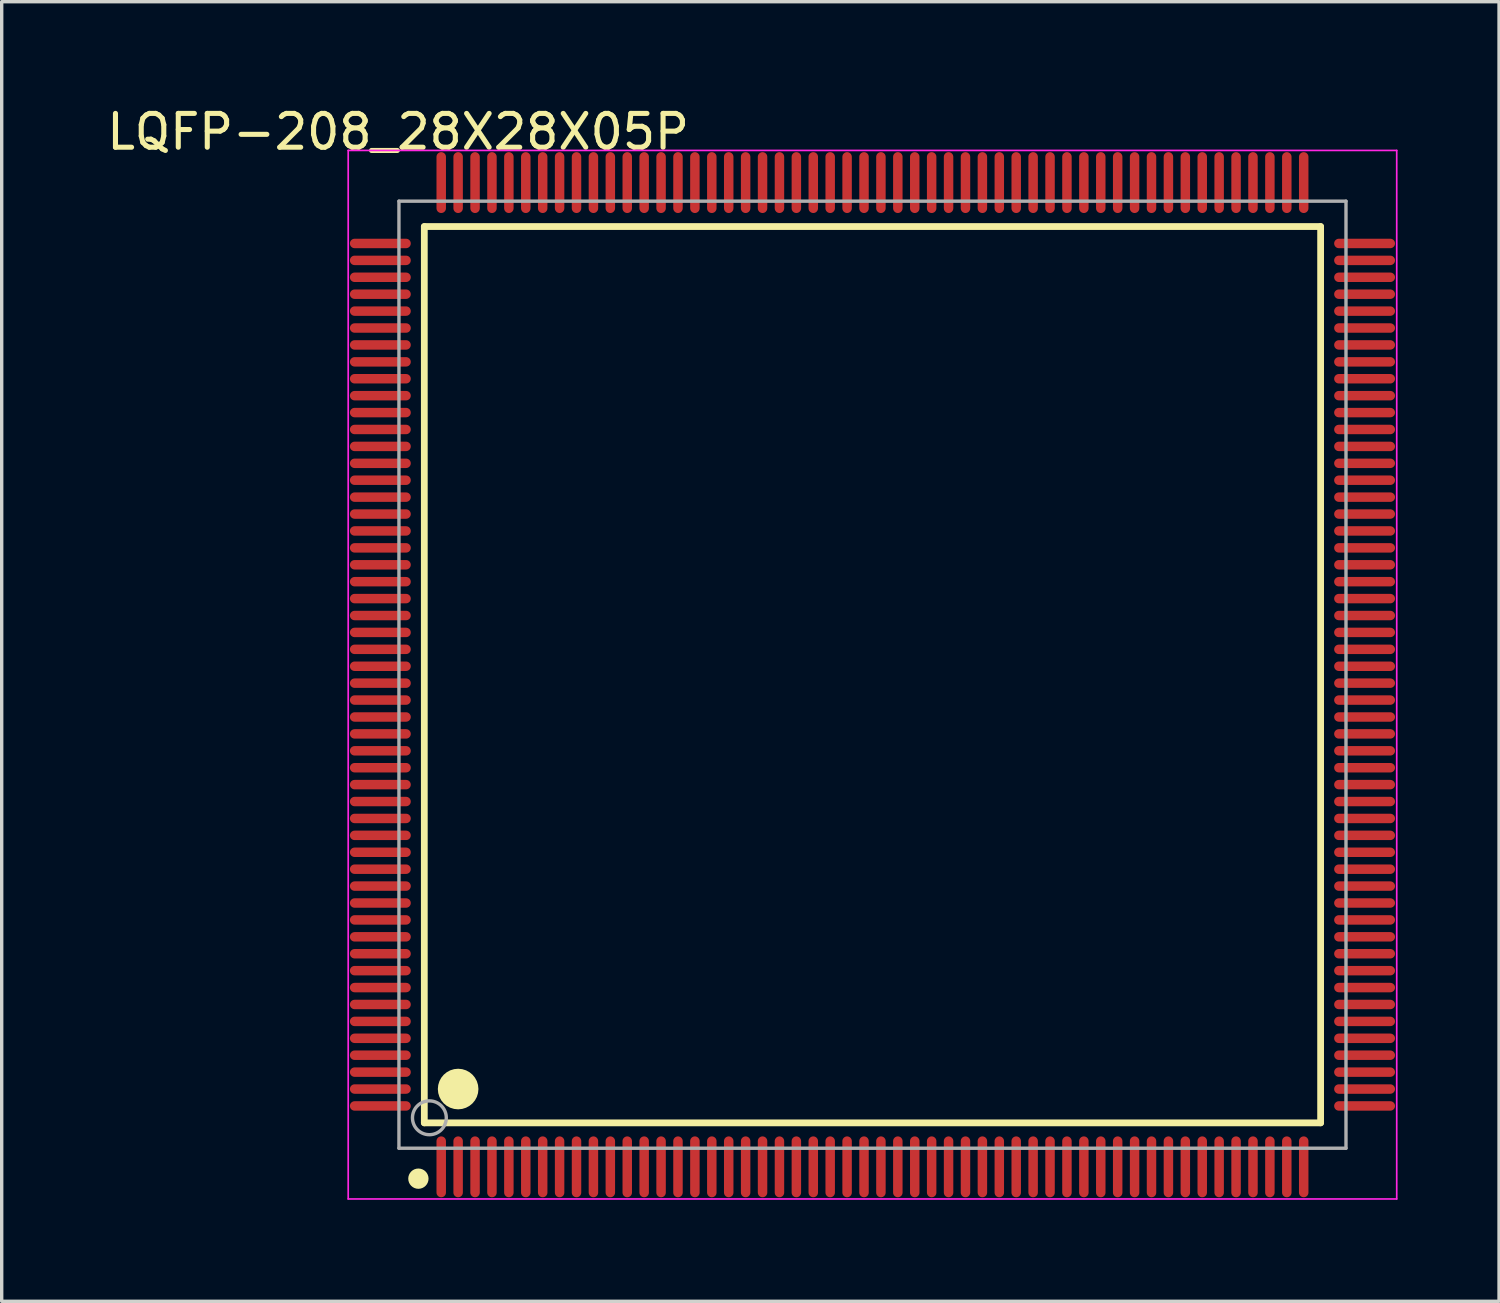
<source format=kicad_pcb>
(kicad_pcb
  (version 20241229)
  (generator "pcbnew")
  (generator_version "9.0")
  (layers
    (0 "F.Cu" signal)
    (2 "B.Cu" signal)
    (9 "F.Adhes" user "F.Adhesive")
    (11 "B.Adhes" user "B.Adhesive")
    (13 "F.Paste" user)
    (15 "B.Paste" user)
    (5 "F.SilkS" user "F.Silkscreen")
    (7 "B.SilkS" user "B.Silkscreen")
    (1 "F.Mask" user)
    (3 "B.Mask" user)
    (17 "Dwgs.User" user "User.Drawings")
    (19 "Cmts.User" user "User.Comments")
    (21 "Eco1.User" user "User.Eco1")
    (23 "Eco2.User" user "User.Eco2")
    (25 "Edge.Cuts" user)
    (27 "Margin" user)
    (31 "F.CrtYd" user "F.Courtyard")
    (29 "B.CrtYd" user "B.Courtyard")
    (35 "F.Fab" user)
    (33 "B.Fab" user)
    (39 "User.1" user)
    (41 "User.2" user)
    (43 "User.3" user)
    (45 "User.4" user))
  (footprint "LQFP-208_28X28X05P"
    (layer "F.Cu")
    (at 22.745 16.898)
    (property "Reference" "LQFP-208_28X28X05P" (at -14.024 -16.05 0) (layer "F.SilkS") (effects (font (size 1 1) (thickness 0.15))))
    (attr through_hole)
    (fp_line (start -13.25 -13.25) (end 13.25 -13.25) (stroke (width 0.2) (type solid)) (layer "F.SilkS"))
    (fp_line (start -13.25 13.25) (end -13.25 -13.25) (stroke (width 0.2) (type solid)) (layer "F.SilkS"))
    (fp_line (start -13.25 13.25) (end 13.25 13.25) (stroke (width 0.2) (type solid)) (layer "F.SilkS"))
    (fp_line (start 13.25 13.25) (end 13.25 -13.25) (stroke (width 0.2) (type solid)) (layer "F.SilkS"))
    (fp_circle (center -13.425 14.9) (end -13.275 14.9) (stroke (width 0.3) (type solid)) (fill no) (layer "F.SilkS"))
    (fp_circle (center -12.25 12.25) (end -11.95 12.25) (stroke (width 0.6) (type solid)) (fill no) (layer "F.SilkS"))
    (fp_line (start -15.5 -15.5) (end 15.5 -15.5) (stroke (width 0.05) (type solid)) (layer "F.CrtYd"))
    (fp_line (start -15.5 15.5) (end -15.5 -15.5) (stroke (width 0.05) (type solid)) (layer "F.CrtYd"))
    (fp_line (start 15.5 -15.5) (end 15.5 15.5) (stroke (width 0.05) (type solid)) (layer "F.CrtYd"))
    (fp_line (start 15.5 15.5) (end -15.5 15.5) (stroke (width 0.05) (type solid)) (layer "F.CrtYd"))
    (fp_line (start -14 -14) (end 14 -14) (stroke (width 0.1) (type solid)) (layer "F.Fab"))
    (fp_line (start -14 14) (end -14 -14) (stroke (width 0.1) (type solid)) (layer "F.Fab"))
    (fp_line (start -14 14) (end 14 14) (stroke (width 0.1) (type solid)) (layer "F.Fab"))
    (fp_line (start 14 14) (end 14 -14) (stroke (width 0.1) (type solid)) (layer "F.Fab"))
    (fp_circle (center -13.1 13.1) (end -12.6 13.1) (stroke (width 0.1) (type solid)) (fill no) (layer "F.Fab"))
    (pad "1" smd oval (at -12.75 14.55 180) (size 0.28 1.8) (layers "F.Cu" "F.Mask" "F.Paste"))
    (pad "2" smd oval (at -12.25 14.55 180) (size 0.28 1.8) (layers "F.Cu" "F.Mask" "F.Paste"))
    (pad "3" smd oval (at -11.75 14.55 180) (size 0.28 1.8) (layers "F.Cu" "F.Mask" "F.Paste"))
    (pad "4" smd oval (at -11.25 14.55 180) (size 0.28 1.8) (layers "F.Cu" "F.Mask" "F.Paste"))
    (pad "5" smd oval (at -10.75 14.55 180) (size 0.28 1.8) (layers "F.Cu" "F.Mask" "F.Paste"))
    (pad "6" smd oval (at -10.25 14.55 180) (size 0.28 1.8) (layers "F.Cu" "F.Mask" "F.Paste"))
    (pad "7" smd oval (at -9.75 14.55 180) (size 0.28 1.8) (layers "F.Cu" "F.Mask" "F.Paste"))
    (pad "8" smd oval (at -9.25 14.55 180) (size 0.28 1.8) (layers "F.Cu" "F.Mask" "F.Paste"))
    (pad "9" smd oval (at -8.75 14.55 180) (size 0.28 1.8) (layers "F.Cu" "F.Mask" "F.Paste"))
    (pad "10" smd oval (at -8.25 14.55 180) (size 0.28 1.8) (layers "F.Cu" "F.Mask" "F.Paste"))
    (pad "11" smd oval (at -7.75 14.55 180) (size 0.28 1.8) (layers "F.Cu" "F.Mask" "F.Paste"))
    (pad "12" smd oval (at -7.25 14.55 180) (size 0.28 1.8) (layers "F.Cu" "F.Mask" "F.Paste"))
    (pad "13" smd oval (at -6.75 14.55 180) (size 0.28 1.8) (layers "F.Cu" "F.Mask" "F.Paste"))
    (pad "14" smd oval (at -6.25 14.55 180) (size 0.28 1.8) (layers "F.Cu" "F.Mask" "F.Paste"))
    (pad "15" smd oval (at -5.75 14.55 180) (size 0.28 1.8) (layers "F.Cu" "F.Mask" "F.Paste"))
    (pad "16" smd oval (at -5.25 14.55 180) (size 0.28 1.8) (layers "F.Cu" "F.Mask" "F.Paste"))
    (pad "17" smd oval (at -4.75 14.55 180) (size 0.28 1.8) (layers "F.Cu" "F.Mask" "F.Paste"))
    (pad "18" smd oval (at -4.25 14.55 180) (size 0.28 1.8) (layers "F.Cu" "F.Mask" "F.Paste"))
    (pad "19" smd oval (at -3.75 14.55 180) (size 0.28 1.8) (layers "F.Cu" "F.Mask" "F.Paste"))
    (pad "20" smd oval (at -3.25 14.55 180) (size 0.28 1.8) (layers "F.Cu" "F.Mask" "F.Paste"))
    (pad "21" smd oval (at -2.75 14.55 180) (size 0.28 1.8) (layers "F.Cu" "F.Mask" "F.Paste"))
    (pad "22" smd oval (at -2.25 14.55 180) (size 0.28 1.8) (layers "F.Cu" "F.Mask" "F.Paste"))
    (pad "23" smd oval (at -1.75 14.55 180) (size 0.28 1.8) (layers "F.Cu" "F.Mask" "F.Paste"))
    (pad "24" smd oval (at -1.25 14.55 180) (size 0.28 1.8) (layers "F.Cu" "F.Mask" "F.Paste"))
    (pad "25" smd oval (at -0.75 14.55 180) (size 0.28 1.8) (layers "F.Cu" "F.Mask" "F.Paste"))
    (pad "26" smd oval (at -0.25 14.55 180) (size 0.28 1.8) (layers "F.Cu" "F.Mask" "F.Paste"))
    (pad "27" smd oval (at 0.25 14.55 180) (size 0.28 1.8) (layers "F.Cu" "F.Mask" "F.Paste"))
    (pad "28" smd oval (at 0.75 14.55 180) (size 0.28 1.8) (layers "F.Cu" "F.Mask" "F.Paste"))
    (pad "29" smd oval (at 1.25 14.55 180) (size 0.28 1.8) (layers "F.Cu" "F.Mask" "F.Paste"))
    (pad "30" smd oval (at 1.75 14.55 180) (size 0.28 1.8) (layers "F.Cu" "F.Mask" "F.Paste"))
    (pad "31" smd oval (at 2.25 14.55 180) (size 0.28 1.8) (layers "F.Cu" "F.Mask" "F.Paste"))
    (pad "32" smd oval (at 2.75 14.55 180) (size 0.28 1.8) (layers "F.Cu" "F.Mask" "F.Paste"))
    (pad "33" smd oval (at 3.25 14.55 180) (size 0.28 1.8) (layers "F.Cu" "F.Mask" "F.Paste"))
    (pad "34" smd oval (at 3.75 14.55 180) (size 0.28 1.8) (layers "F.Cu" "F.Mask" "F.Paste"))
    (pad "35" smd oval (at 4.25 14.55 180) (size 0.28 1.8) (layers "F.Cu" "F.Mask" "F.Paste"))
    (pad "36" smd oval (at 4.75 14.55 180) (size 0.28 1.8) (layers "F.Cu" "F.Mask" "F.Paste"))
    (pad "37" smd oval (at 5.25 14.55 180) (size 0.28 1.8) (layers "F.Cu" "F.Mask" "F.Paste"))
    (pad "38" smd oval (at 5.75 14.55 180) (size 0.28 1.8) (layers "F.Cu" "F.Mask" "F.Paste"))
    (pad "39" smd oval (at 6.25 14.55 180) (size 0.28 1.8) (layers "F.Cu" "F.Mask" "F.Paste"))
    (pad "40" smd oval (at 6.75 14.55 180) (size 0.28 1.8) (layers "F.Cu" "F.Mask" "F.Paste"))
    (pad "41" smd oval (at 7.25 14.55 180) (size 0.28 1.8) (layers "F.Cu" "F.Mask" "F.Paste"))
    (pad "42" smd oval (at 7.75 14.55 180) (size 0.28 1.8) (layers "F.Cu" "F.Mask" "F.Paste"))
    (pad "43" smd oval (at 8.25 14.55 180) (size 0.28 1.8) (layers "F.Cu" "F.Mask" "F.Paste"))
    (pad "44" smd oval (at 8.75 14.55 180) (size 0.28 1.8) (layers "F.Cu" "F.Mask" "F.Paste"))
    (pad "45" smd oval (at 9.25 14.55 180) (size 0.28 1.8) (layers "F.Cu" "F.Mask" "F.Paste"))
    (pad "46" smd oval (at 9.75 14.55 180) (size 0.28 1.8) (layers "F.Cu" "F.Mask" "F.Paste"))
    (pad "47" smd oval (at 10.25 14.55 180) (size 0.28 1.8) (layers "F.Cu" "F.Mask" "F.Paste"))
    (pad "48" smd oval (at 10.75 14.55 180) (size 0.28 1.8) (layers "F.Cu" "F.Mask" "F.Paste"))
    (pad "49" smd oval (at 11.25 14.55 180) (size 0.28 1.8) (layers "F.Cu" "F.Mask" "F.Paste"))
    (pad "50" smd oval (at 11.75 14.55 180) (size 0.28 1.8) (layers "F.Cu" "F.Mask" "F.Paste"))
    (pad "51" smd oval (at 12.25 14.55 180) (size 0.28 1.8) (layers "F.Cu" "F.Mask" "F.Paste"))
    (pad "52" smd oval (at 12.75 14.55 180) (size 0.28 1.8) (layers "F.Cu" "F.Mask" "F.Paste"))
    (pad "53" smd oval (at 14.55 12.75 90) (size 0.28 1.8) (layers "F.Cu" "F.Mask" "F.Paste"))
    (pad "54" smd oval (at 14.55 12.25 90) (size 0.28 1.8) (layers "F.Cu" "F.Mask" "F.Paste"))
    (pad "55" smd oval (at 14.55 11.75 90) (size 0.28 1.8) (layers "F.Cu" "F.Mask" "F.Paste"))
    (pad "56" smd oval (at 14.55 11.25 90) (size 0.28 1.8) (layers "F.Cu" "F.Mask" "F.Paste"))
    (pad "57" smd oval (at 14.55 10.75 90) (size 0.28 1.8) (layers "F.Cu" "F.Mask" "F.Paste"))
    (pad "58" smd oval (at 14.55 10.25 90) (size 0.28 1.8) (layers "F.Cu" "F.Mask" "F.Paste"))
    (pad "59" smd oval (at 14.55 9.75 90) (size 0.28 1.8) (layers "F.Cu" "F.Mask" "F.Paste"))
    (pad "60" smd oval (at 14.55 9.25 90) (size 0.28 1.8) (layers "F.Cu" "F.Mask" "F.Paste"))
    (pad "61" smd oval (at 14.55 8.75 90) (size 0.28 1.8) (layers "F.Cu" "F.Mask" "F.Paste"))
    (pad "62" smd oval (at 14.55 8.25 90) (size 0.28 1.8) (layers "F.Cu" "F.Mask" "F.Paste"))
    (pad "63" smd oval (at 14.55 7.75 90) (size 0.28 1.8) (layers "F.Cu" "F.Mask" "F.Paste"))
    (pad "64" smd oval (at 14.55 7.25 90) (size 0.28 1.8) (layers "F.Cu" "F.Mask" "F.Paste"))
    (pad "65" smd oval (at 14.55 6.75 90) (size 0.28 1.8) (layers "F.Cu" "F.Mask" "F.Paste"))
    (pad "66" smd oval (at 14.55 6.25 90) (size 0.28 1.8) (layers "F.Cu" "F.Mask" "F.Paste"))
    (pad "67" smd oval (at 14.55 5.75 90) (size 0.28 1.8) (layers "F.Cu" "F.Mask" "F.Paste"))
    (pad "68" smd oval (at 14.55 5.25 90) (size 0.28 1.8) (layers "F.Cu" "F.Mask" "F.Paste"))
    (pad "69" smd oval (at 14.55 4.75 90) (size 0.28 1.8) (layers "F.Cu" "F.Mask" "F.Paste"))
    (pad "70" smd oval (at 14.55 4.25 90) (size 0.28 1.8) (layers "F.Cu" "F.Mask" "F.Paste"))
    (pad "71" smd oval (at 14.55 3.75 90) (size 0.28 1.8) (layers "F.Cu" "F.Mask" "F.Paste"))
    (pad "72" smd oval (at 14.55 3.25 90) (size 0.28 1.8) (layers "F.Cu" "F.Mask" "F.Paste"))
    (pad "73" smd oval (at 14.55 2.75 90) (size 0.28 1.8) (layers "F.Cu" "F.Mask" "F.Paste"))
    (pad "74" smd oval (at 14.55 2.25 90) (size 0.28 1.8) (layers "F.Cu" "F.Mask" "F.Paste"))
    (pad "75" smd oval (at 14.55 1.75 90) (size 0.28 1.8) (layers "F.Cu" "F.Mask" "F.Paste"))
    (pad "76" smd oval (at 14.55 1.25 90) (size 0.28 1.8) (layers "F.Cu" "F.Mask" "F.Paste"))
    (pad "77" smd oval (at 14.55 0.75 90) (size 0.28 1.8) (layers "F.Cu" "F.Mask" "F.Paste"))
    (pad "78" smd oval (at 14.55 0.25 90) (size 0.28 1.8) (layers "F.Cu" "F.Mask" "F.Paste"))
    (pad "79" smd oval (at 14.55 -0.25 90) (size 0.28 1.8) (layers "F.Cu" "F.Mask" "F.Paste"))
    (pad "80" smd oval (at 14.55 -0.75 90) (size 0.28 1.8) (layers "F.Cu" "F.Mask" "F.Paste"))
    (pad "81" smd oval (at 14.55 -1.25 90) (size 0.28 1.8) (layers "F.Cu" "F.Mask" "F.Paste"))
    (pad "82" smd oval (at 14.55 -1.75 90) (size 0.28 1.8) (layers "F.Cu" "F.Mask" "F.Paste"))
    (pad "83" smd oval (at 14.55 -2.25 90) (size 0.28 1.8) (layers "F.Cu" "F.Mask" "F.Paste"))
    (pad "84" smd oval (at 14.55 -2.75 90) (size 0.28 1.8) (layers "F.Cu" "F.Mask" "F.Paste"))
    (pad "85" smd oval (at 14.55 -3.25 90) (size 0.28 1.8) (layers "F.Cu" "F.Mask" "F.Paste"))
    (pad "86" smd oval (at 14.55 -3.75 90) (size 0.28 1.8) (layers "F.Cu" "F.Mask" "F.Paste"))
    (pad "87" smd oval (at 14.55 -4.25 90) (size 0.28 1.8) (layers "F.Cu" "F.Mask" "F.Paste"))
    (pad "88" smd oval (at 14.55 -4.75 90) (size 0.28 1.8) (layers "F.Cu" "F.Mask" "F.Paste"))
    (pad "89" smd oval (at 14.55 -5.25 90) (size 0.28 1.8) (layers "F.Cu" "F.Mask" "F.Paste"))
    (pad "90" smd oval (at 14.55 -5.75 90) (size 0.28 1.8) (layers "F.Cu" "F.Mask" "F.Paste"))
    (pad "91" smd oval (at 14.55 -6.25 90) (size 0.28 1.8) (layers "F.Cu" "F.Mask" "F.Paste"))
    (pad "92" smd oval (at 14.55 -6.75 90) (size 0.28 1.8) (layers "F.Cu" "F.Mask" "F.Paste"))
    (pad "93" smd oval (at 14.55 -7.25 90) (size 0.28 1.8) (layers "F.Cu" "F.Mask" "F.Paste"))
    (pad "94" smd oval (at 14.55 -7.75 90) (size 0.28 1.8) (layers "F.Cu" "F.Mask" "F.Paste"))
    (pad "95" smd oval (at 14.55 -8.25 90) (size 0.28 1.8) (layers "F.Cu" "F.Mask" "F.Paste"))
    (pad "96" smd oval (at 14.55 -8.75 90) (size 0.28 1.8) (layers "F.Cu" "F.Mask" "F.Paste"))
    (pad "97" smd oval (at 14.55 -9.25 90) (size 0.28 1.8) (layers "F.Cu" "F.Mask" "F.Paste"))
    (pad "98" smd oval (at 14.55 -9.75 90) (size 0.28 1.8) (layers "F.Cu" "F.Mask" "F.Paste"))
    (pad "99" smd oval (at 14.55 -10.25 90) (size 0.28 1.8) (layers "F.Cu" "F.Mask" "F.Paste"))
    (pad "100" smd oval (at 14.55 -10.75 90) (size 0.28 1.8) (layers "F.Cu" "F.Mask" "F.Paste"))
    (pad "101" smd oval (at 14.55 -11.25 90) (size 0.28 1.8) (layers "F.Cu" "F.Mask" "F.Paste"))
    (pad "102" smd oval (at 14.55 -11.75 90) (size 0.28 1.8) (layers "F.Cu" "F.Mask" "F.Paste"))
    (pad "103" smd oval (at 14.55 -12.25 90) (size 0.28 1.8) (layers "F.Cu" "F.Mask" "F.Paste"))
    (pad "104" smd oval (at 14.55 -12.75 90) (size 0.28 1.8) (layers "F.Cu" "F.Mask" "F.Paste"))
    (pad "105" smd oval (at 12.75 -14.55 180) (size 0.28 1.8) (layers "F.Cu" "F.Mask" "F.Paste"))
    (pad "106" smd oval (at 12.25 -14.55 180) (size 0.28 1.8) (layers "F.Cu" "F.Mask" "F.Paste"))
    (pad "107" smd oval (at 11.75 -14.55 180) (size 0.28 1.8) (layers "F.Cu" "F.Mask" "F.Paste"))
    (pad "108" smd oval (at 11.25 -14.55 180) (size 0.28 1.8) (layers "F.Cu" "F.Mask" "F.Paste"))
    (pad "109" smd oval (at 10.75 -14.55 180) (size 0.28 1.8) (layers "F.Cu" "F.Mask" "F.Paste"))
    (pad "110" smd oval (at 10.25 -14.55 180) (size 0.28 1.8) (layers "F.Cu" "F.Mask" "F.Paste"))
    (pad "111" smd oval (at 9.75 -14.55 180) (size 0.28 1.8) (layers "F.Cu" "F.Mask" "F.Paste"))
    (pad "112" smd oval (at 9.25 -14.55 180) (size 0.28 1.8) (layers "F.Cu" "F.Mask" "F.Paste"))
    (pad "113" smd oval (at 8.75 -14.55 180) (size 0.28 1.8) (layers "F.Cu" "F.Mask" "F.Paste"))
    (pad "114" smd oval (at 8.25 -14.55 180) (size 0.28 1.8) (layers "F.Cu" "F.Mask" "F.Paste"))
    (pad "115" smd oval (at 7.75 -14.55 180) (size 0.28 1.8) (layers "F.Cu" "F.Mask" "F.Paste"))
    (pad "116" smd oval (at 7.25 -14.55 180) (size 0.28 1.8) (layers "F.Cu" "F.Mask" "F.Paste"))
    (pad "117" smd oval (at 6.75 -14.55 180) (size 0.28 1.8) (layers "F.Cu" "F.Mask" "F.Paste"))
    (pad "118" smd oval (at 6.25 -14.55 180) (size 0.28 1.8) (layers "F.Cu" "F.Mask" "F.Paste"))
    (pad "119" smd oval (at 5.75 -14.55 180) (size 0.28 1.8) (layers "F.Cu" "F.Mask" "F.Paste"))
    (pad "120" smd oval (at 5.25 -14.55 180) (size 0.28 1.8) (layers "F.Cu" "F.Mask" "F.Paste"))
    (pad "121" smd oval (at 4.75 -14.55 180) (size 0.28 1.8) (layers "F.Cu" "F.Mask" "F.Paste"))
    (pad "122" smd oval (at 4.25 -14.55 180) (size 0.28 1.8) (layers "F.Cu" "F.Mask" "F.Paste"))
    (pad "123" smd oval (at 3.75 -14.55 180) (size 0.28 1.8) (layers "F.Cu" "F.Mask" "F.Paste"))
    (pad "124" smd oval (at 3.25 -14.55 180) (size 0.28 1.8) (layers "F.Cu" "F.Mask" "F.Paste"))
    (pad "125" smd oval (at 2.75 -14.55 180) (size 0.28 1.8) (layers "F.Cu" "F.Mask" "F.Paste"))
    (pad "126" smd oval (at 2.25 -14.55 180) (size 0.28 1.8) (layers "F.Cu" "F.Mask" "F.Paste"))
    (pad "127" smd oval (at 1.75 -14.55 180) (size 0.28 1.8) (layers "F.Cu" "F.Mask" "F.Paste"))
    (pad "128" smd oval (at 1.25 -14.55 180) (size 0.28 1.8) (layers "F.Cu" "F.Mask" "F.Paste"))
    (pad "129" smd oval (at 0.75 -14.55 180) (size 0.28 1.8) (layers "F.Cu" "F.Mask" "F.Paste"))
    (pad "130" smd oval (at 0.25 -14.55 180) (size 0.28 1.8) (layers "F.Cu" "F.Mask" "F.Paste"))
    (pad "131" smd oval (at -0.25 -14.55 180) (size 0.28 1.8) (layers "F.Cu" "F.Mask" "F.Paste"))
    (pad "132" smd oval (at -0.75 -14.55 180) (size 0.28 1.8) (layers "F.Cu" "F.Mask" "F.Paste"))
    (pad "133" smd oval (at -1.25 -14.55 180) (size 0.28 1.8) (layers "F.Cu" "F.Mask" "F.Paste"))
    (pad "134" smd oval (at -1.75 -14.55 180) (size 0.28 1.8) (layers "F.Cu" "F.Mask" "F.Paste"))
    (pad "135" smd oval (at -2.25 -14.55 180) (size 0.28 1.8) (layers "F.Cu" "F.Mask" "F.Paste"))
    (pad "136" smd oval (at -2.75 -14.55 180) (size 0.28 1.8) (layers "F.Cu" "F.Mask" "F.Paste"))
    (pad "137" smd oval (at -3.25 -14.55 180) (size 0.28 1.8) (layers "F.Cu" "F.Mask" "F.Paste"))
    (pad "138" smd oval (at -3.75 -14.55 180) (size 0.28 1.8) (layers "F.Cu" "F.Mask" "F.Paste"))
    (pad "139" smd oval (at -4.25 -14.55 180) (size 0.28 1.8) (layers "F.Cu" "F.Mask" "F.Paste"))
    (pad "140" smd oval (at -4.75 -14.55 180) (size 0.28 1.8) (layers "F.Cu" "F.Mask" "F.Paste"))
    (pad "141" smd oval (at -5.25 -14.55 180) (size 0.28 1.8) (layers "F.Cu" "F.Mask" "F.Paste"))
    (pad "142" smd oval (at -5.75 -14.55 180) (size 0.28 1.8) (layers "F.Cu" "F.Mask" "F.Paste"))
    (pad "143" smd oval (at -6.25 -14.55 180) (size 0.28 1.8) (layers "F.Cu" "F.Mask" "F.Paste"))
    (pad "144" smd oval (at -6.75 -14.55 180) (size 0.28 1.8) (layers "F.Cu" "F.Mask" "F.Paste"))
    (pad "145" smd oval (at -7.25 -14.55 180) (size 0.28 1.8) (layers "F.Cu" "F.Mask" "F.Paste"))
    (pad "146" smd oval (at -7.75 -14.55 180) (size 0.28 1.8) (layers "F.Cu" "F.Mask" "F.Paste"))
    (pad "147" smd oval (at -8.25 -14.55 180) (size 0.28 1.8) (layers "F.Cu" "F.Mask" "F.Paste"))
    (pad "148" smd oval (at -8.75 -14.55 180) (size 0.28 1.8) (layers "F.Cu" "F.Mask" "F.Paste"))
    (pad "149" smd oval (at -9.25 -14.55 180) (size 0.28 1.8) (layers "F.Cu" "F.Mask" "F.Paste"))
    (pad "150" smd oval (at -9.75 -14.55 180) (size 0.28 1.8) (layers "F.Cu" "F.Mask" "F.Paste"))
    (pad "151" smd oval (at -10.25 -14.55 180) (size 0.28 1.8) (layers "F.Cu" "F.Mask" "F.Paste"))
    (pad "152" smd oval (at -10.75 -14.55 180) (size 0.28 1.8) (layers "F.Cu" "F.Mask" "F.Paste"))
    (pad "153" smd oval (at -11.25 -14.55 180) (size 0.28 1.8) (layers "F.Cu" "F.Mask" "F.Paste"))
    (pad "154" smd oval (at -11.75 -14.55 180) (size 0.28 1.8) (layers "F.Cu" "F.Mask" "F.Paste"))
    (pad "155" smd oval (at -12.25 -14.55 180) (size 0.28 1.8) (layers "F.Cu" "F.Mask" "F.Paste"))
    (pad "156" smd oval (at -12.75 -14.55 180) (size 0.28 1.8) (layers "F.Cu" "F.Mask" "F.Paste"))
    (pad "157" smd oval (at -14.55 -12.75 90) (size 0.28 1.8) (layers "F.Cu" "F.Mask" "F.Paste"))
    (pad "158" smd oval (at -14.55 -12.25 90) (size 0.28 1.8) (layers "F.Cu" "F.Mask" "F.Paste"))
    (pad "159" smd oval (at -14.55 -11.75 90) (size 0.28 1.8) (layers "F.Cu" "F.Mask" "F.Paste"))
    (pad "160" smd oval (at -14.55 -11.25 90) (size 0.28 1.8) (layers "F.Cu" "F.Mask" "F.Paste"))
    (pad "161" smd oval (at -14.55 -10.75 90) (size 0.28 1.8) (layers "F.Cu" "F.Mask" "F.Paste"))
    (pad "162" smd oval (at -14.55 -10.25 90) (size 0.28 1.8) (layers "F.Cu" "F.Mask" "F.Paste"))
    (pad "163" smd oval (at -14.55 -9.75 90) (size 0.28 1.8) (layers "F.Cu" "F.Mask" "F.Paste"))
    (pad "164" smd oval (at -14.55 -9.25 90) (size 0.28 1.8) (layers "F.Cu" "F.Mask" "F.Paste"))
    (pad "165" smd oval (at -14.55 -8.75 90) (size 0.28 1.8) (layers "F.Cu" "F.Mask" "F.Paste"))
    (pad "166" smd oval (at -14.55 -8.25 90) (size 0.28 1.8) (layers "F.Cu" "F.Mask" "F.Paste"))
    (pad "167" smd oval (at -14.55 -7.75 90) (size 0.28 1.8) (layers "F.Cu" "F.Mask" "F.Paste"))
    (pad "168" smd oval (at -14.55 -7.25 90) (size 0.28 1.8) (layers "F.Cu" "F.Mask" "F.Paste"))
    (pad "169" smd oval (at -14.55 -6.75 90) (size 0.28 1.8) (layers "F.Cu" "F.Mask" "F.Paste"))
    (pad "170" smd oval (at -14.55 -6.25 90) (size 0.28 1.8) (layers "F.Cu" "F.Mask" "F.Paste"))
    (pad "171" smd oval (at -14.55 -5.75 90) (size 0.28 1.8) (layers "F.Cu" "F.Mask" "F.Paste"))
    (pad "172" smd oval (at -14.55 -5.25 90) (size 0.28 1.8) (layers "F.Cu" "F.Mask" "F.Paste"))
    (pad "173" smd oval (at -14.55 -4.75 90) (size 0.28 1.8) (layers "F.Cu" "F.Mask" "F.Paste"))
    (pad "174" smd oval (at -14.55 -4.25 90) (size 0.28 1.8) (layers "F.Cu" "F.Mask" "F.Paste"))
    (pad "175" smd oval (at -14.55 -3.75 90) (size 0.28 1.8) (layers "F.Cu" "F.Mask" "F.Paste"))
    (pad "176" smd oval (at -14.55 -3.25 90) (size 0.28 1.8) (layers "F.Cu" "F.Mask" "F.Paste"))
    (pad "177" smd oval (at -14.55 -2.75 90) (size 0.28 1.8) (layers "F.Cu" "F.Mask" "F.Paste"))
    (pad "178" smd oval (at -14.55 -2.25 90) (size 0.28 1.8) (layers "F.Cu" "F.Mask" "F.Paste"))
    (pad "179" smd oval (at -14.55 -1.75 90) (size 0.28 1.8) (layers "F.Cu" "F.Mask" "F.Paste"))
    (pad "180" smd oval (at -14.55 -1.25 90) (size 0.28 1.8) (layers "F.Cu" "F.Mask" "F.Paste"))
    (pad "181" smd oval (at -14.55 -0.75 90) (size 0.28 1.8) (layers "F.Cu" "F.Mask" "F.Paste"))
    (pad "182" smd oval (at -14.55 -0.25 90) (size 0.28 1.8) (layers "F.Cu" "F.Mask" "F.Paste"))
    (pad "183" smd oval (at -14.55 0.25 90) (size 0.28 1.8) (layers "F.Cu" "F.Mask" "F.Paste"))
    (pad "184" smd oval (at -14.55 0.75 90) (size 0.28 1.8) (layers "F.Cu" "F.Mask" "F.Paste"))
    (pad "185" smd oval (at -14.55 1.25 90) (size 0.28 1.8) (layers "F.Cu" "F.Mask" "F.Paste"))
    (pad "186" smd oval (at -14.55 1.75 90) (size 0.28 1.8) (layers "F.Cu" "F.Mask" "F.Paste"))
    (pad "187" smd oval (at -14.55 2.25 90) (size 0.28 1.8) (layers "F.Cu" "F.Mask" "F.Paste"))
    (pad "188" smd oval (at -14.55 2.75 90) (size 0.28 1.8) (layers "F.Cu" "F.Mask" "F.Paste"))
    (pad "189" smd oval (at -14.55 3.25 90) (size 0.28 1.8) (layers "F.Cu" "F.Mask" "F.Paste"))
    (pad "190" smd oval (at -14.55 3.75 90) (size 0.28 1.8) (layers "F.Cu" "F.Mask" "F.Paste"))
    (pad "191" smd oval (at -14.55 4.25 90) (size 0.28 1.8) (layers "F.Cu" "F.Mask" "F.Paste"))
    (pad "192" smd oval (at -14.55 4.75 90) (size 0.28 1.8) (layers "F.Cu" "F.Mask" "F.Paste"))
    (pad "193" smd oval (at -14.55 5.25 90) (size 0.28 1.8) (layers "F.Cu" "F.Mask" "F.Paste"))
    (pad "194" smd oval (at -14.55 5.75 90) (size 0.28 1.8) (layers "F.Cu" "F.Mask" "F.Paste"))
    (pad "195" smd oval (at -14.55 6.25 90) (size 0.28 1.8) (layers "F.Cu" "F.Mask" "F.Paste"))
    (pad "196" smd oval (at -14.55 6.75 90) (size 0.28 1.8) (layers "F.Cu" "F.Mask" "F.Paste"))
    (pad "197" smd oval (at -14.55 7.25 90) (size 0.28 1.8) (layers "F.Cu" "F.Mask" "F.Paste"))
    (pad "198" smd oval (at -14.55 7.75 90) (size 0.28 1.8) (layers "F.Cu" "F.Mask" "F.Paste"))
    (pad "199" smd oval (at -14.55 8.25 90) (size 0.28 1.8) (layers "F.Cu" "F.Mask" "F.Paste"))
    (pad "200" smd oval (at -14.55 8.75 90) (size 0.28 1.8) (layers "F.Cu" "F.Mask" "F.Paste"))
    (pad "201" smd oval (at -14.55 9.25 90) (size 0.28 1.8) (layers "F.Cu" "F.Mask" "F.Paste"))
    (pad "202" smd oval (at -14.55 9.75 90) (size 0.28 1.8) (layers "F.Cu" "F.Mask" "F.Paste"))
    (pad "203" smd oval (at -14.55 10.25 90) (size 0.28 1.8) (layers "F.Cu" "F.Mask" "F.Paste"))
    (pad "204" smd oval (at -14.55 10.75 90) (size 0.28 1.8) (layers "F.Cu" "F.Mask" "F.Paste"))
    (pad "205" smd oval (at -14.55 11.25 90) (size 0.28 1.8) (layers "F.Cu" "F.Mask" "F.Paste"))
    (pad "206" smd oval (at -14.55 11.75 90) (size 0.28 1.8) (layers "F.Cu" "F.Mask" "F.Paste"))
    (pad "207" smd oval (at -14.55 12.25 90) (size 0.28 1.8) (layers "F.Cu" "F.Mask" "F.Paste"))
    (pad "208" smd oval (at -14.55 12.75 90) (size 0.28 1.8) (layers "F.Cu" "F.Mask" "F.Paste")))
  (gr_rect
    (start -3 -3)
    (end 41.27 35.423)
    (stroke (width 0.1) (type default))
    (fill no)
    (layer "Edge.Cuts")))
</source>
